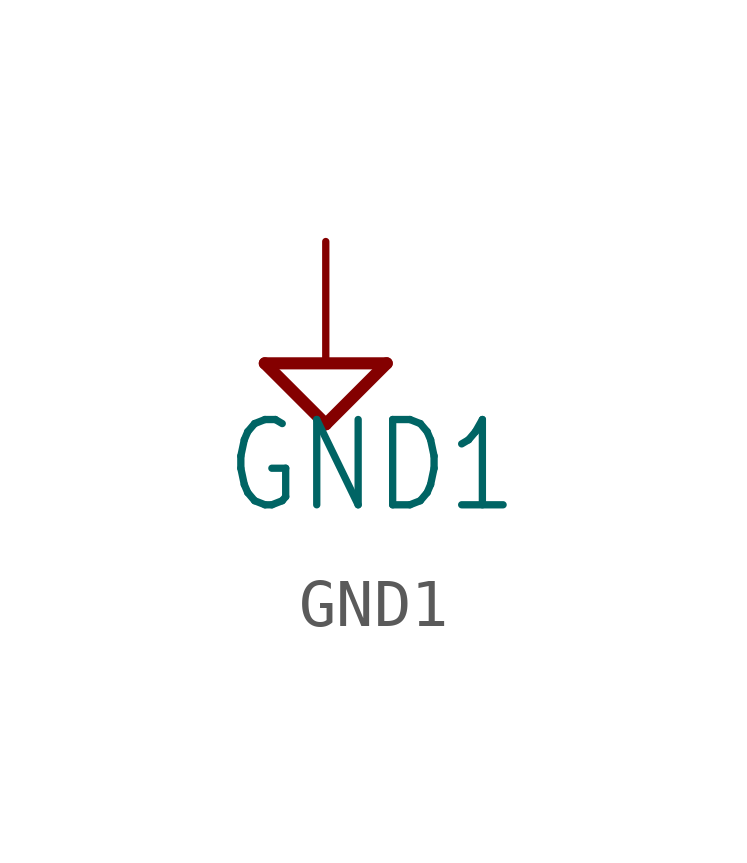
<source format=kicad_sym>
(kicad_symbol_lib
  (version 20211014)
  (generator kicad_symbol_editor)
  (symbol "GND1"
    (power)
    (property "Reference" "#SUPPLY"
      (at 0 0 0)
      (effects (font (size 1.27 1.27)) hide))
    (property "Value" "GND1"
      (at -2.159 -3.175 0)
      (effects (font (size 1.778 1.511)) (justify left bottom)))
    (property "ki_locked" ""
      (at 0 0 0)
      (effects (font (size 1.27 1.27))))
    (symbol "GND1_1_0"
      (polyline (pts (xy -1.27 0) (xy 1.27 0)) (stroke (width 0.254) (type default) (color 0 0 0 0)) (fill (type none)))
      (polyline (pts (xy 0 -1.27) (xy -1.27 0)) (stroke (width 0.254) (type default) (color 0 0 0 0)) (fill (type none)))
      (polyline (pts (xy 1.27 0) (xy 0 -1.27)) (stroke (width 0.254) (type default) (color 0 0 0 0)) (fill (type none)))
      (pin power_in line (at 0 2.54 270) (length 2.54) (name "GND1" (effects (font (size 0 0)))) (number "1" (effects (font (size 0 0))))))))
</source>
